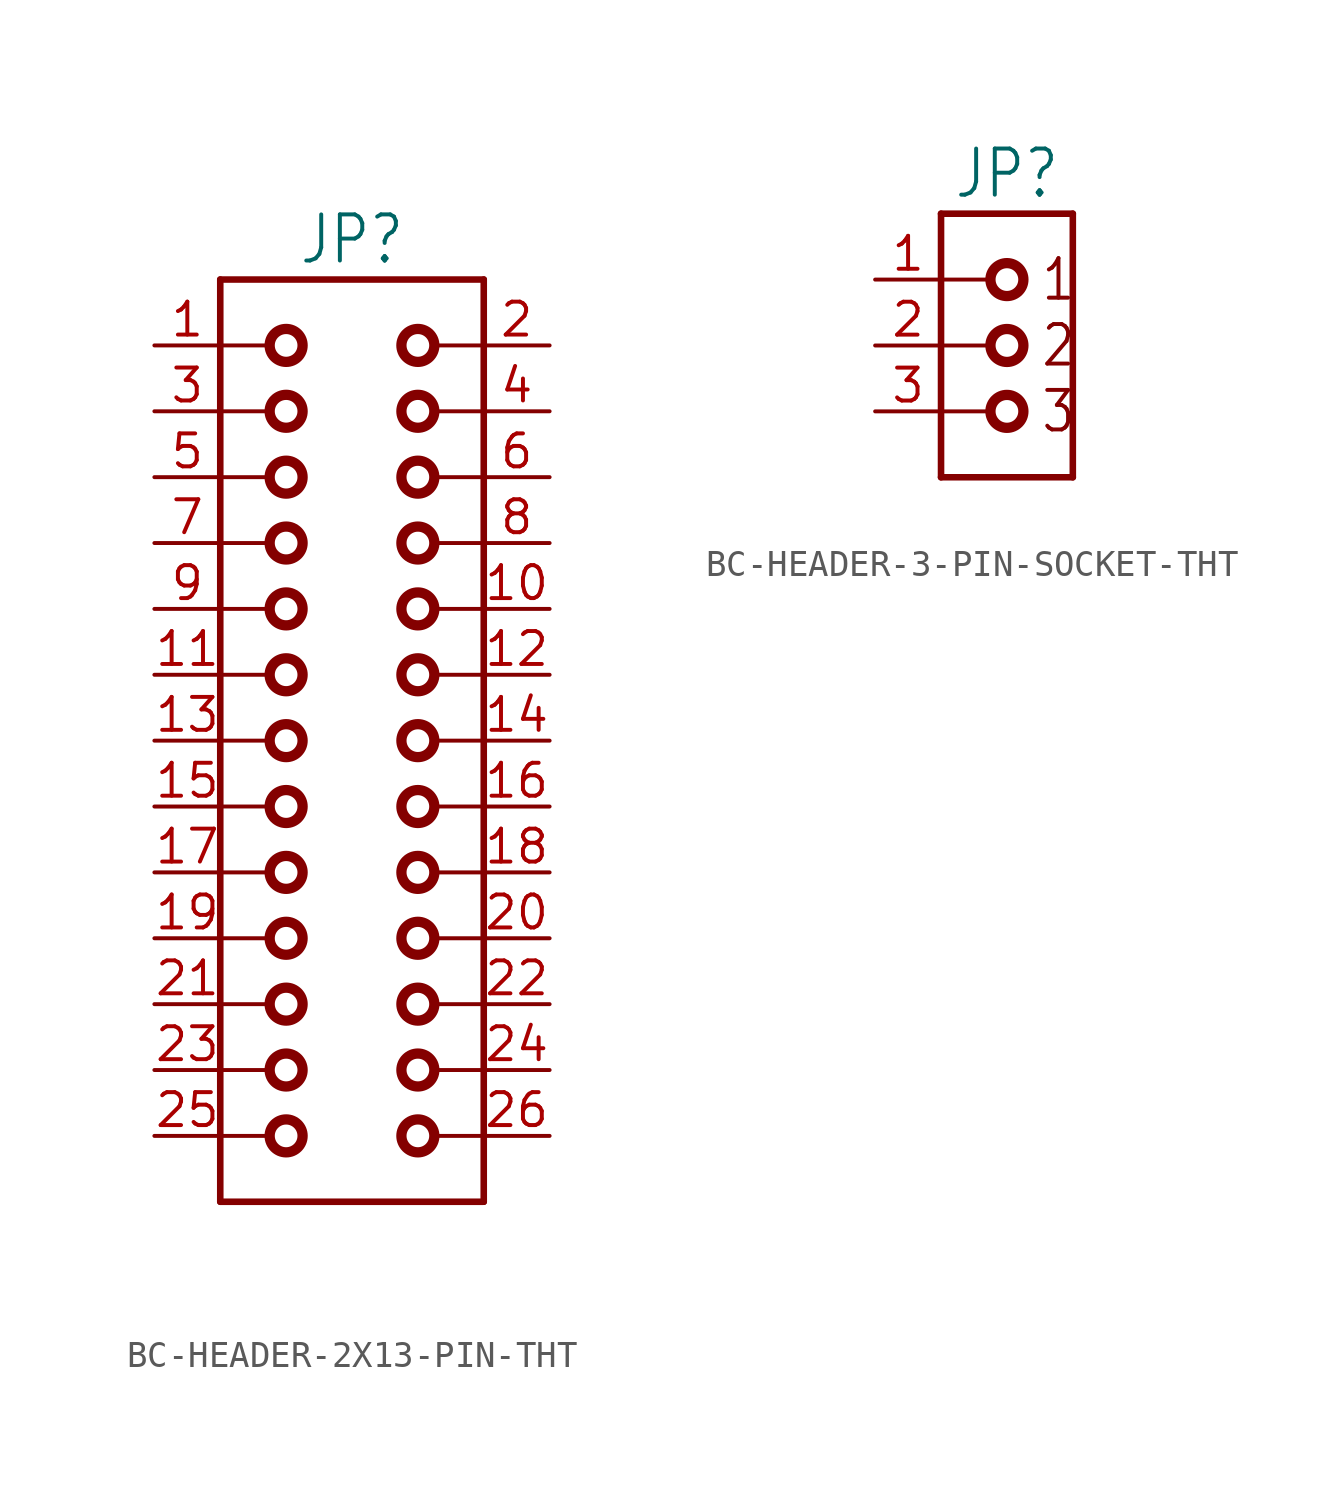
<source format=kicad_sym>
(kicad_symbol_lib
  (version 20231120)
  (generator "kicad_symbol_editor")
  (generator_version "8.0")
  (symbol "BC-HEADER-2X13-PIN-THT"
    (property "Reference" "JP"
      (at 0 18.288 0)
      (effects (font (size 1.778 1.511)) (justify bottom)))
    (property "Value" ""
      (at 0 -18.288 0)
      (effects (font (size 1.778 1.511)) (justify top)))
    (property "ki_locked" ""
      (at 0 0 0)
      (effects (font (size 1.27 1.27))))
    (symbol "BC-HEADER-2X13-PIN-THT_1_0"
      (circle (center -2.54 -15.24) (radius 0.635) (stroke (width 0.396) (type solid)) (fill (type none)))
      (circle (center -2.54 -12.7) (radius 0.635) (stroke (width 0.396) (type solid)) (fill (type none)))
      (circle (center -2.54 -10.16) (radius 0.635) (stroke (width 0.396) (type solid)) (fill (type none)))
      (circle (center -2.54 -7.62) (radius 0.635) (stroke (width 0.396) (type solid)) (fill (type none)))
      (circle (center -2.54 -5.08) (radius 0.635) (stroke (width 0.396) (type solid)) (fill (type none)))
      (circle (center -2.54 -2.54) (radius 0.635) (stroke (width 0.396) (type solid)) (fill (type none)))
      (circle (center -2.54 0) (radius 0.635) (stroke (width 0.396) (type solid)) (fill (type none)))
      (circle (center -2.54 2.54) (radius 0.635) (stroke (width 0.396) (type solid)) (fill (type none)))
      (circle (center -2.54 5.08) (radius 0.635) (stroke (width 0.396) (type solid)) (fill (type none)))
      (circle (center -2.54 7.62) (radius 0.635) (stroke (width 0.396) (type solid)) (fill (type none)))
      (circle (center -2.54 10.16) (radius 0.635) (stroke (width 0.396) (type solid)) (fill (type none)))
      (circle (center -2.54 12.7) (radius 0.635) (stroke (width 0.396) (type solid)) (fill (type none)))
      (circle (center -2.54 15.24) (radius 0.635) (stroke (width 0.396) (type solid)) (fill (type none)))
      (polyline (pts (xy -5.08 -17.78) (xy 5.08 -17.78)) (stroke (width 0.254) (type solid)) (fill (type none)))
      (polyline (pts (xy -5.08 -15.24) (xy -3.175 -15.24)) (stroke (width 0.152) (type solid)) (fill (type none)))
      (polyline (pts (xy -5.08 -12.7) (xy -3.175 -12.7)) (stroke (width 0.152) (type solid)) (fill (type none)))
      (polyline (pts (xy -5.08 -10.16) (xy -3.175 -10.16)) (stroke (width 0.152) (type solid)) (fill (type none)))
      (polyline (pts (xy -5.08 -7.62) (xy -3.175 -7.62)) (stroke (width 0.152) (type solid)) (fill (type none)))
      (polyline (pts (xy -5.08 -5.08) (xy -3.175 -5.08)) (stroke (width 0.152) (type solid)) (fill (type none)))
      (polyline (pts (xy -5.08 -2.54) (xy -3.175 -2.54)) (stroke (width 0.152) (type solid)) (fill (type none)))
      (polyline (pts (xy -5.08 0) (xy -3.175 0)) (stroke (width 0.152) (type solid)) (fill (type none)))
      (polyline (pts (xy -5.08 2.54) (xy -3.175 2.54)) (stroke (width 0.152) (type solid)) (fill (type none)))
      (polyline (pts (xy -5.08 5.08) (xy -3.175 5.08)) (stroke (width 0.152) (type solid)) (fill (type none)))
      (polyline (pts (xy -5.08 7.62) (xy -3.175 7.62)) (stroke (width 0.152) (type solid)) (fill (type none)))
      (polyline (pts (xy -5.08 10.16) (xy -5.08 -17.78)) (stroke (width 0.254) (type solid)) (fill (type none)))
      (polyline (pts (xy -5.08 10.16) (xy -3.175 10.16)) (stroke (width 0.152) (type solid)) (fill (type none)))
      (polyline (pts (xy -5.08 12.7) (xy -3.175 12.7)) (stroke (width 0.152) (type solid)) (fill (type none)))
      (polyline (pts (xy -5.08 15.24) (xy -3.175 15.24)) (stroke (width 0.152) (type solid)) (fill (type none)))
      (polyline (pts (xy -5.08 17.78) (xy -5.08 10.16)) (stroke (width 0.254) (type solid)) (fill (type none)))
      (polyline (pts (xy 5.08 -17.78) (xy 5.08 17.78)) (stroke (width 0.254) (type solid)) (fill (type none)))
      (polyline (pts (xy 5.08 -15.24) (xy 3.175 -15.24)) (stroke (width 0.152) (type solid)) (fill (type none)))
      (polyline (pts (xy 5.08 -12.7) (xy 3.175 -12.7)) (stroke (width 0.152) (type solid)) (fill (type none)))
      (polyline (pts (xy 5.08 -10.16) (xy 3.175 -10.16)) (stroke (width 0.152) (type solid)) (fill (type none)))
      (polyline (pts (xy 5.08 -7.62) (xy 3.175 -7.62)) (stroke (width 0.152) (type solid)) (fill (type none)))
      (polyline (pts (xy 5.08 -5.08) (xy 3.175 -5.08)) (stroke (width 0.152) (type solid)) (fill (type none)))
      (polyline (pts (xy 5.08 -2.54) (xy 3.175 -2.54)) (stroke (width 0.152) (type solid)) (fill (type none)))
      (polyline (pts (xy 5.08 0) (xy 3.175 0)) (stroke (width 0.152) (type solid)) (fill (type none)))
      (polyline (pts (xy 5.08 2.54) (xy 3.175 2.54)) (stroke (width 0.152) (type solid)) (fill (type none)))
      (polyline (pts (xy 5.08 5.08) (xy 3.175 5.08)) (stroke (width 0.152) (type solid)) (fill (type none)))
      (polyline (pts (xy 5.08 7.62) (xy 3.175 7.62)) (stroke (width 0.152) (type solid)) (fill (type none)))
      (polyline (pts (xy 5.08 10.16) (xy 3.175 10.16)) (stroke (width 0.152) (type solid)) (fill (type none)))
      (polyline (pts (xy 5.08 12.7) (xy 3.175 12.7)) (stroke (width 0.152) (type solid)) (fill (type none)))
      (polyline (pts (xy 5.08 15.24) (xy 3.175 15.24)) (stroke (width 0.152) (type solid)) (fill (type none)))
      (polyline (pts (xy 5.08 17.78) (xy -5.08 17.78)) (stroke (width 0.254) (type solid)) (fill (type none)))
      (circle (center 2.54 -15.24) (radius 0.635) (stroke (width 0.396) (type solid)) (fill (type none)))
      (circle (center 2.54 -12.7) (radius 0.635) (stroke (width 0.396) (type solid)) (fill (type none)))
      (circle (center 2.54 -10.16) (radius 0.635) (stroke (width 0.396) (type solid)) (fill (type none)))
      (circle (center 2.54 -7.62) (radius 0.635) (stroke (width 0.396) (type solid)) (fill (type none)))
      (circle (center 2.54 -5.08) (radius 0.635) (stroke (width 0.396) (type solid)) (fill (type none)))
      (circle (center 2.54 -2.54) (radius 0.635) (stroke (width 0.396) (type solid)) (fill (type none)))
      (circle (center 2.54 0) (radius 0.635) (stroke (width 0.396) (type solid)) (fill (type none)))
      (circle (center 2.54 2.54) (radius 0.635) (stroke (width 0.396) (type solid)) (fill (type none)))
      (circle (center 2.54 5.08) (radius 0.635) (stroke (width 0.396) (type solid)) (fill (type none)))
      (circle (center 2.54 7.62) (radius 0.635) (stroke (width 0.396) (type solid)) (fill (type none)))
      (circle (center 2.54 10.16) (radius 0.635) (stroke (width 0.396) (type solid)) (fill (type none)))
      (circle (center 2.54 12.7) (radius 0.635) (stroke (width 0.396) (type solid)) (fill (type none)))
      (circle (center 2.54 15.24) (radius 0.635) (stroke (width 0.396) (type solid)) (fill (type none)))
      (pin passive line (at -7.62 15.24 0) (length 2.54) (name "1" (effects (font (size 0 0)))) (number "1" (effects (font (size 1.27 1.27)))))
      (pin passive line (at 7.62 5.08 180) (length 2.54) (name "10" (effects (font (size 0 0)))) (number "10" (effects (font (size 1.27 1.27)))))
      (pin passive line (at -7.62 2.54 0) (length 2.54) (name "11" (effects (font (size 0 0)))) (number "11" (effects (font (size 1.27 1.27)))))
      (pin passive line (at 7.62 2.54 180) (length 2.54) (name "12" (effects (font (size 0 0)))) (number "12" (effects (font (size 1.27 1.27)))))
      (pin passive line (at -7.62 0 0) (length 2.54) (name "13" (effects (font (size 0 0)))) (number "13" (effects (font (size 1.27 1.27)))))
      (pin passive line (at 7.62 0 180) (length 2.54) (name "14" (effects (font (size 0 0)))) (number "14" (effects (font (size 1.27 1.27)))))
      (pin passive line (at -7.62 -2.54 0) (length 2.54) (name "15" (effects (font (size 0 0)))) (number "15" (effects (font (size 1.27 1.27)))))
      (pin passive line (at 7.62 -2.54 180) (length 2.54) (name "16" (effects (font (size 0 0)))) (number "16" (effects (font (size 1.27 1.27)))))
      (pin passive line (at -7.62 -5.08 0) (length 2.54) (name "17" (effects (font (size 0 0)))) (number "17" (effects (font (size 1.27 1.27)))))
      (pin passive line (at 7.62 -5.08 180) (length 2.54) (name "18" (effects (font (size 0 0)))) (number "18" (effects (font (size 1.27 1.27)))))
      (pin passive line (at -7.62 -7.62 0) (length 2.54) (name "19" (effects (font (size 0 0)))) (number "19" (effects (font (size 1.27 1.27)))))
      (pin passive line (at 7.62 15.24 180) (length 2.54) (name "2" (effects (font (size 0 0)))) (number "2" (effects (font (size 1.27 1.27)))))
      (pin passive line (at 7.62 -7.62 180) (length 2.54) (name "20" (effects (font (size 0 0)))) (number "20" (effects (font (size 1.27 1.27)))))
      (pin passive line (at -7.62 -10.16 0) (length 2.54) (name "21" (effects (font (size 0 0)))) (number "21" (effects (font (size 1.27 1.27)))))
      (pin passive line (at 7.62 -10.16 180) (length 2.54) (name "22" (effects (font (size 0 0)))) (number "22" (effects (font (size 1.27 1.27)))))
      (pin passive line (at -7.62 -12.7 0) (length 2.54) (name "23" (effects (font (size 0 0)))) (number "23" (effects (font (size 1.27 1.27)))))
      (pin passive line (at 7.62 -12.7 180) (length 2.54) (name "24" (effects (font (size 0 0)))) (number "24" (effects (font (size 1.27 1.27)))))
      (pin passive line (at -7.62 -15.24 0) (length 2.54) (name "25" (effects (font (size 0 0)))) (number "25" (effects (font (size 1.27 1.27)))))
      (pin passive line (at 7.62 -15.24 180) (length 2.54) (name "26" (effects (font (size 0 0)))) (number "26" (effects (font (size 1.27 1.27)))))
      (pin passive line (at -7.62 12.7 0) (length 2.54) (name "3" (effects (font (size 0 0)))) (number "3" (effects (font (size 1.27 1.27)))))
      (pin passive line (at 7.62 12.7 180) (length 2.54) (name "4" (effects (font (size 0 0)))) (number "4" (effects (font (size 1.27 1.27)))))
      (pin passive line (at -7.62 10.16 0) (length 2.54) (name "5" (effects (font (size 0 0)))) (number "5" (effects (font (size 1.27 1.27)))))
      (pin passive line (at 7.62 10.16 180) (length 2.54) (name "6" (effects (font (size 0 0)))) (number "6" (effects (font (size 1.27 1.27)))))
      (pin passive line (at -7.62 7.62 0) (length 2.54) (name "7" (effects (font (size 0 0)))) (number "7" (effects (font (size 1.27 1.27)))))
      (pin passive line (at 7.62 7.62 180) (length 2.54) (name "8" (effects (font (size 0 0)))) (number "8" (effects (font (size 1.27 1.27)))))
      (pin passive line (at -7.62 5.08 0) (length 2.54) (name "9" (effects (font (size 0 0)))) (number "9" (effects (font (size 1.27 1.27)))))))
  (symbol "BC-HEADER-3-PIN-SOCKET-THT"
    (property "Reference" "JP"
      (at 0 5.588 0)
      (effects (font (size 1.778 1.511)) (justify bottom)))
    (property "Value" ""
      (at 0 -5.588 0)
      (effects (font (size 1.778 1.511)) (justify top)))
    (property "ki_locked" ""
      (at 0 0 0)
      (effects (font (size 1.27 1.27))))
    (symbol "BC-HEADER-3-PIN-SOCKET-THT_1_0"
      (circle (center 0 -2.54) (radius 0.635) (stroke (width 0.396) (type solid)) (fill (type none)))
      (polyline (pts (xy -2.54 -5.08) (xy 2.54 -5.08)) (stroke (width 0.254) (type solid)) (fill (type none)))
      (polyline (pts (xy -2.54 -2.54) (xy -2.54 -5.08)) (stroke (width 0.254) (type solid)) (fill (type none)))
      (polyline (pts (xy -2.54 -2.54) (xy -0.635 -2.54)) (stroke (width 0.152) (type solid)) (fill (type none)))
      (polyline (pts (xy -2.54 0) (xy -0.635 0)) (stroke (width 0.152) (type solid)) (fill (type none)))
      (polyline (pts (xy -2.54 2.54) (xy -0.635 2.54)) (stroke (width 0.152) (type solid)) (fill (type none)))
      (polyline (pts (xy -2.54 5.08) (xy -2.54 -2.54)) (stroke (width 0.254) (type solid)) (fill (type none)))
      (polyline (pts (xy 2.54 -5.08) (xy 2.54 5.08)) (stroke (width 0.254) (type solid)) (fill (type none)))
      (polyline (pts (xy 2.54 5.08) (xy -2.54 5.08)) (stroke (width 0.254) (type solid)) (fill (type none)))
      (circle (center 0 0) (radius 0.635) (stroke (width 0.396) (type solid)) (fill (type none)))
      (circle (center 0 2.54) (radius 0.635) (stroke (width 0.396) (type solid)) (fill (type none)))
      (text "1" (at 1.27 2.54 0) (effects (font (size 1.524 1.295)) (justify left)))
      (text "2" (at 1.27 0 0) (effects (font (size 1.524 1.295)) (justify left)))
      (text "3" (at 1.27 -2.54 0) (effects (font (size 1.524 1.295)) (justify left)))
      (pin passive line (at -5.08 2.54 0) (length 2.54) (name "1" (effects (font (size 0 0)))) (number "1" (effects (font (size 1.27 1.27)))))
      (pin passive line (at -5.08 0 0) (length 2.54) (name "2" (effects (font (size 0 0)))) (number "2" (effects (font (size 1.27 1.27)))))
      (pin passive line (at -5.08 -2.54 0) (length 2.54) (name "3" (effects (font (size 0 0)))) (number "3" (effects (font (size 1.27 1.27))))))))
</source>
